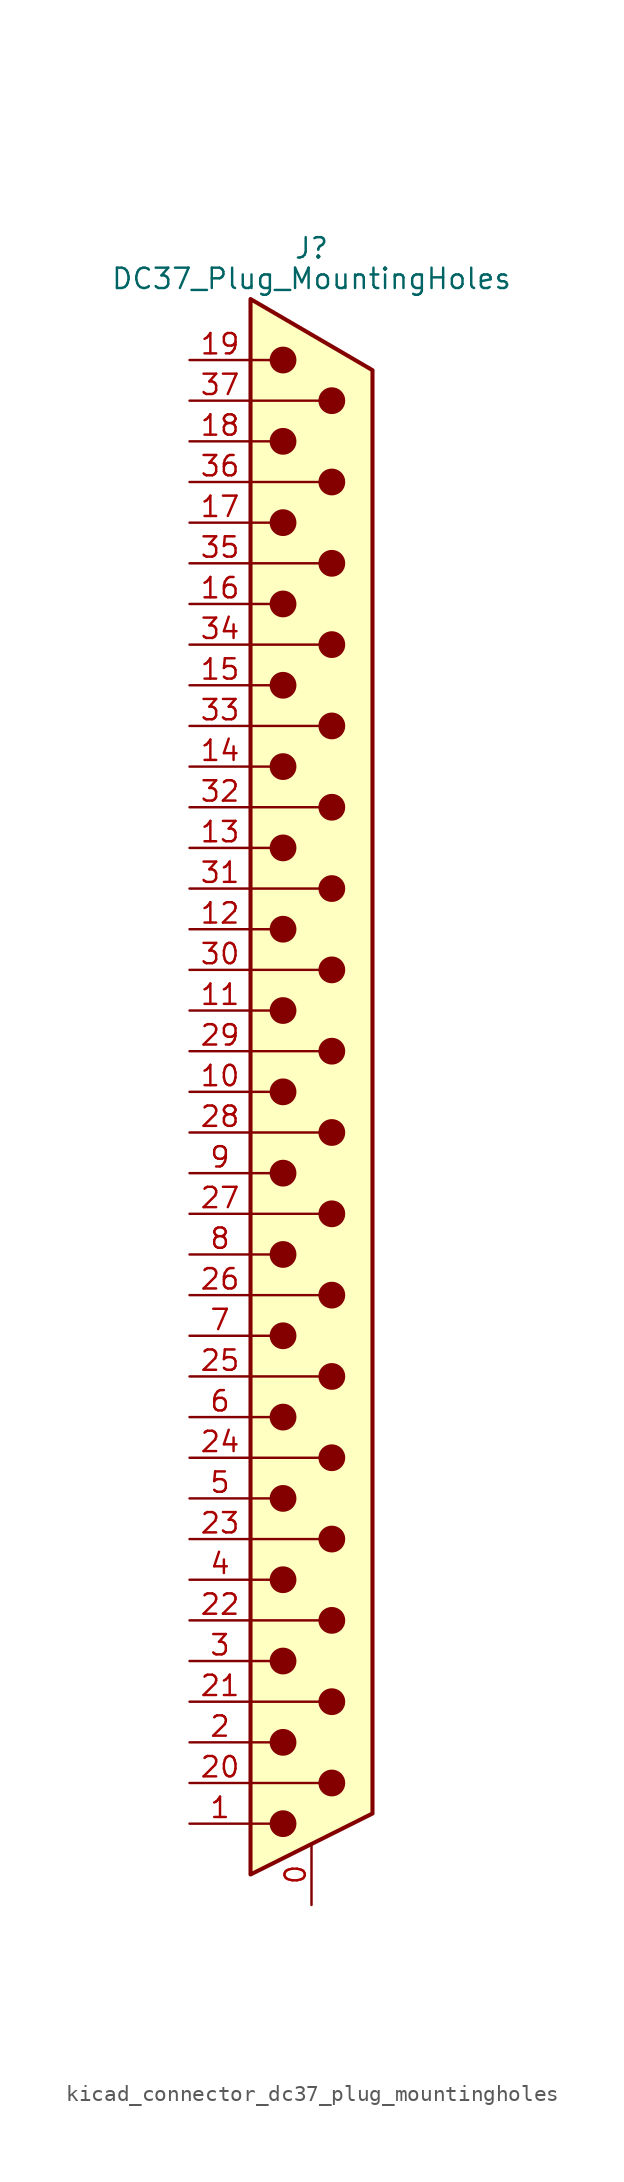
<source format=kicad_sym>
(kicad_symbol_lib
  (version 20220914)
  (generator kicad_symbol_editor)
  (symbol "kicad_connector_dc37_plug_mountingholes"
    (pin_names
      (offset 1.016) hide)
    (property "Reference" "J"
      (at 0 52.705 0)
      (effects (font (size 1.27 1.27))))
    (property "Value" "DC37_Plug_MountingHoles"
      (at 0 50.8 0)
      (effects (font (size 1.27 1.27))))
    (symbol "kicad_connector_dc37_plug_mountingholes_0_1"
      (circle (center -1.778 -45.72) (radius 0.762) (stroke (width 0) (type default)) (fill (type outline)))
      (circle (center -1.778 -40.64) (radius 0.762) (stroke (width 0) (type default)) (fill (type outline)))
      (circle (center -1.778 -35.56) (radius 0.762) (stroke (width 0) (type default)) (fill (type outline)))
      (circle (center -1.778 -30.48) (radius 0.762) (stroke (width 0) (type default)) (fill (type outline)))
      (circle (center -1.778 -25.4) (radius 0.762) (stroke (width 0) (type default)) (fill (type outline)))
      (circle (center -1.778 -20.32) (radius 0.762) (stroke (width 0) (type default)) (fill (type outline)))
      (circle (center -1.778 -15.24) (radius 0.762) (stroke (width 0) (type default)) (fill (type outline)))
      (circle (center -1.778 -10.16) (radius 0.762) (stroke (width 0) (type default)) (fill (type outline)))
      (circle (center -1.778 -5.08) (radius 0.762) (stroke (width 0) (type default)) (fill (type outline)))
      (circle (center -1.778 0) (radius 0.762) (stroke (width 0) (type default)) (fill (type outline)))
      (circle (center -1.778 5.08) (radius 0.762) (stroke (width 0) (type default)) (fill (type outline)))
      (circle (center -1.778 10.16) (radius 0.762) (stroke (width 0) (type default)) (fill (type outline)))
      (circle (center -1.778 15.24) (radius 0.762) (stroke (width 0) (type default)) (fill (type outline)))
      (circle (center -1.778 20.32) (radius 0.762) (stroke (width 0) (type default)) (fill (type outline)))
      (circle (center -1.778 25.4) (radius 0.762) (stroke (width 0) (type default)) (fill (type outline)))
      (circle (center -1.778 30.48) (radius 0.762) (stroke (width 0) (type default)) (fill (type outline)))
      (circle (center -1.778 35.56) (radius 0.762) (stroke (width 0) (type default)) (fill (type outline)))
      (circle (center -1.778 40.64) (radius 0.762) (stroke (width 0) (type default)) (fill (type outline)))
      (circle (center -1.778 45.72) (radius 0.762) (stroke (width 0) (type default)) (fill (type outline)))
      (polyline (pts (xy -3.81 -45.72) (xy -2.54 -45.72)) (stroke (width 0) (type default)) (fill (type none)))
      (polyline (pts (xy -3.81 -43.18) (xy 0.508 -43.18)) (stroke (width 0) (type default)) (fill (type none)))
      (polyline (pts (xy -3.81 -40.64) (xy -2.54 -40.64)) (stroke (width 0) (type default)) (fill (type none)))
      (polyline (pts (xy -3.81 -38.1) (xy 0.508 -38.1)) (stroke (width 0) (type default)) (fill (type none)))
      (polyline (pts (xy -3.81 -35.56) (xy -2.54 -35.56)) (stroke (width 0) (type default)) (fill (type none)))
      (polyline (pts (xy -3.81 -33.02) (xy 0.508 -33.02)) (stroke (width 0) (type default)) (fill (type none)))
      (polyline (pts (xy -3.81 -30.48) (xy -2.54 -30.48)) (stroke (width 0) (type default)) (fill (type none)))
      (polyline (pts (xy -3.81 -27.94) (xy 0.508 -27.94)) (stroke (width 0) (type default)) (fill (type none)))
      (polyline (pts (xy -3.81 -25.4) (xy -2.54 -25.4)) (stroke (width 0) (type default)) (fill (type none)))
      (polyline (pts (xy -3.81 -22.86) (xy 0.508 -22.86)) (stroke (width 0) (type default)) (fill (type none)))
      (polyline (pts (xy -3.81 -20.32) (xy -2.54 -20.32)) (stroke (width 0) (type default)) (fill (type none)))
      (polyline (pts (xy -3.81 -17.78) (xy 0.508 -17.78)) (stroke (width 0) (type default)) (fill (type none)))
      (polyline (pts (xy -3.81 -15.24) (xy -2.54 -15.24)) (stroke (width 0) (type default)) (fill (type none)))
      (polyline (pts (xy -3.81 -12.7) (xy 0.508 -12.7)) (stroke (width 0) (type default)) (fill (type none)))
      (polyline (pts (xy -3.81 -10.16) (xy -2.54 -10.16)) (stroke (width 0) (type default)) (fill (type none)))
      (polyline (pts (xy -3.81 -7.62) (xy 0.508 -7.62)) (stroke (width 0) (type default)) (fill (type none)))
      (polyline (pts (xy -3.81 -5.08) (xy -2.54 -5.08)) (stroke (width 0) (type default)) (fill (type none)))
      (polyline (pts (xy -3.81 -2.54) (xy 0.508 -2.54)) (stroke (width 0) (type default)) (fill (type none)))
      (polyline (pts (xy -3.81 0) (xy -2.54 0)) (stroke (width 0) (type default)) (fill (type none)))
      (polyline (pts (xy -3.81 2.54) (xy 0.508 2.54)) (stroke (width 0) (type default)) (fill (type none)))
      (polyline (pts (xy -3.81 5.08) (xy -2.54 5.08)) (stroke (width 0) (type default)) (fill (type none)))
      (polyline (pts (xy -3.81 7.62) (xy 0.508 7.62)) (stroke (width 0) (type default)) (fill (type none)))
      (polyline (pts (xy -3.81 10.16) (xy -2.54 10.16)) (stroke (width 0) (type default)) (fill (type none)))
      (polyline (pts (xy -3.81 12.7) (xy 0.508 12.7)) (stroke (width 0) (type default)) (fill (type none)))
      (polyline (pts (xy -3.81 15.24) (xy -2.54 15.24)) (stroke (width 0) (type default)) (fill (type none)))
      (polyline (pts (xy -3.81 17.78) (xy 0.508 17.78)) (stroke (width 0) (type default)) (fill (type none)))
      (polyline (pts (xy -3.81 20.32) (xy -2.54 20.32)) (stroke (width 0) (type default)) (fill (type none)))
      (polyline (pts (xy -3.81 22.86) (xy 0.508 22.86)) (stroke (width 0) (type default)) (fill (type none)))
      (polyline (pts (xy -3.81 25.4) (xy -2.54 25.4)) (stroke (width 0) (type default)) (fill (type none)))
      (polyline (pts (xy -3.81 27.94) (xy 0.508 27.94)) (stroke (width 0) (type default)) (fill (type none)))
      (polyline (pts (xy -3.81 30.48) (xy -2.54 30.48)) (stroke (width 0) (type default)) (fill (type none)))
      (polyline (pts (xy -3.81 33.02) (xy 0.508 33.02)) (stroke (width 0) (type default)) (fill (type none)))
      (polyline (pts (xy -3.81 35.56) (xy -2.54 35.56)) (stroke (width 0) (type default)) (fill (type none)))
      (polyline (pts (xy -3.81 38.1) (xy 0.508 38.1)) (stroke (width 0) (type default)) (fill (type none)))
      (polyline (pts (xy -3.81 40.64) (xy -2.54 40.64)) (stroke (width 0) (type default)) (fill (type none)))
      (polyline (pts (xy -3.81 43.18) (xy 0.508 43.18)) (stroke (width 0) (type default)) (fill (type none)))
      (polyline (pts (xy -3.81 45.72) (xy -2.54 45.72)) (stroke (width 0) (type default)) (fill (type none)))
      (polyline (pts (xy -3.81 49.53) (xy 3.81 45.085) (xy 3.81 -45.085) (xy -3.81 -48.895) (xy -3.81 49.53)) (stroke (width 0.254) (type default)) (fill (type background)))
      (circle (center 1.27 -43.18) (radius 0.762) (stroke (width 0) (type default)) (fill (type outline)))
      (circle (center 1.27 -38.1) (radius 0.762) (stroke (width 0) (type default)) (fill (type outline)))
      (circle (center 1.27 -33.02) (radius 0.762) (stroke (width 0) (type default)) (fill (type outline)))
      (circle (center 1.27 -27.94) (radius 0.762) (stroke (width 0) (type default)) (fill (type outline)))
      (circle (center 1.27 -22.86) (radius 0.762) (stroke (width 0) (type default)) (fill (type outline)))
      (circle (center 1.27 -17.78) (radius 0.762) (stroke (width 0) (type default)) (fill (type outline)))
      (circle (center 1.27 -12.7) (radius 0.762) (stroke (width 0) (type default)) (fill (type outline)))
      (circle (center 1.27 -7.62) (radius 0.762) (stroke (width 0) (type default)) (fill (type outline)))
      (circle (center 1.27 -2.54) (radius 0.762) (stroke (width 0) (type default)) (fill (type outline)))
      (circle (center 1.27 2.54) (radius 0.762) (stroke (width 0) (type default)) (fill (type outline)))
      (circle (center 1.27 7.62) (radius 0.762) (stroke (width 0) (type default)) (fill (type outline)))
      (circle (center 1.27 12.7) (radius 0.762) (stroke (width 0) (type default)) (fill (type outline)))
      (circle (center 1.27 17.78) (radius 0.762) (stroke (width 0) (type default)) (fill (type outline)))
      (circle (center 1.27 22.86) (radius 0.762) (stroke (width 0) (type default)) (fill (type outline)))
      (circle (center 1.27 27.94) (radius 0.762) (stroke (width 0) (type default)) (fill (type outline)))
      (circle (center 1.27 33.02) (radius 0.762) (stroke (width 0) (type default)) (fill (type outline)))
      (circle (center 1.27 38.1) (radius 0.762) (stroke (width 0) (type default)) (fill (type outline)))
      (circle (center 1.27 43.18) (radius 0.762) (stroke (width 0) (type default)) (fill (type outline))))
    (symbol "kicad_connector_dc37_plug_mountingholes_1_1"
      (pin passive line (at 0 -50.8 90) (length 3.81) (name "PAD" (effects (font (size 1.27 1.27)))) (number "0" (effects (font (size 1.27 1.27)))))
      (pin passive line (at -7.62 -45.72 0) (length 3.81) (name "1" (effects (font (size 1.27 1.27)))) (number "1" (effects (font (size 1.27 1.27)))))
      (pin passive line (at -7.62 0 0) (length 3.81) (name "10" (effects (font (size 1.27 1.27)))) (number "10" (effects (font (size 1.27 1.27)))))
      (pin passive line (at -7.62 5.08 0) (length 3.81) (name "11" (effects (font (size 1.27 1.27)))) (number "11" (effects (font (size 1.27 1.27)))))
      (pin passive line (at -7.62 10.16 0) (length 3.81) (name "12" (effects (font (size 1.27 1.27)))) (number "12" (effects (font (size 1.27 1.27)))))
      (pin passive line (at -7.62 15.24 0) (length 3.81) (name "13" (effects (font (size 1.27 1.27)))) (number "13" (effects (font (size 1.27 1.27)))))
      (pin passive line (at -7.62 20.32 0) (length 3.81) (name "14" (effects (font (size 1.27 1.27)))) (number "14" (effects (font (size 1.27 1.27)))))
      (pin passive line (at -7.62 25.4 0) (length 3.81) (name "15" (effects (font (size 1.27 1.27)))) (number "15" (effects (font (size 1.27 1.27)))))
      (pin passive line (at -7.62 30.48 0) (length 3.81) (name "16" (effects (font (size 1.27 1.27)))) (number "16" (effects (font (size 1.27 1.27)))))
      (pin passive line (at -7.62 35.56 0) (length 3.81) (name "17" (effects (font (size 1.27 1.27)))) (number "17" (effects (font (size 1.27 1.27)))))
      (pin passive line (at -7.62 40.64 0) (length 3.81) (name "18" (effects (font (size 1.27 1.27)))) (number "18" (effects (font (size 1.27 1.27)))))
      (pin passive line (at -7.62 45.72 0) (length 3.81) (name "19" (effects (font (size 1.27 1.27)))) (number "19" (effects (font (size 1.27 1.27)))))
      (pin passive line (at -7.62 -40.64 0) (length 3.81) (name "2" (effects (font (size 1.27 1.27)))) (number "2" (effects (font (size 1.27 1.27)))))
      (pin passive line (at -7.62 -43.18 0) (length 3.81) (name "20" (effects (font (size 1.27 1.27)))) (number "20" (effects (font (size 1.27 1.27)))))
      (pin passive line (at -7.62 -38.1 0) (length 3.81) (name "21" (effects (font (size 1.27 1.27)))) (number "21" (effects (font (size 1.27 1.27)))))
      (pin passive line (at -7.62 -33.02 0) (length 3.81) (name "22" (effects (font (size 1.27 1.27)))) (number "22" (effects (font (size 1.27 1.27)))))
      (pin passive line (at -7.62 -27.94 0) (length 3.81) (name "23" (effects (font (size 1.27 1.27)))) (number "23" (effects (font (size 1.27 1.27)))))
      (pin passive line (at -7.62 -22.86 0) (length 3.81) (name "24" (effects (font (size 1.27 1.27)))) (number "24" (effects (font (size 1.27 1.27)))))
      (pin passive line (at -7.62 -17.78 0) (length 3.81) (name "25" (effects (font (size 1.27 1.27)))) (number "25" (effects (font (size 1.27 1.27)))))
      (pin passive line (at -7.62 -12.7 0) (length 3.81) (name "26" (effects (font (size 1.27 1.27)))) (number "26" (effects (font (size 1.27 1.27)))))
      (pin passive line (at -7.62 -7.62 0) (length 3.81) (name "27" (effects (font (size 1.27 1.27)))) (number "27" (effects (font (size 1.27 1.27)))))
      (pin passive line (at -7.62 -2.54 0) (length 3.81) (name "28" (effects (font (size 1.27 1.27)))) (number "28" (effects (font (size 1.27 1.27)))))
      (pin passive line (at -7.62 2.54 0) (length 3.81) (name "29" (effects (font (size 1.27 1.27)))) (number "29" (effects (font (size 1.27 1.27)))))
      (pin passive line (at -7.62 -35.56 0) (length 3.81) (name "3" (effects (font (size 1.27 1.27)))) (number "3" (effects (font (size 1.27 1.27)))))
      (pin passive line (at -7.62 7.62 0) (length 3.81) (name "30" (effects (font (size 1.27 1.27)))) (number "30" (effects (font (size 1.27 1.27)))))
      (pin passive line (at -7.62 12.7 0) (length 3.81) (name "31" (effects (font (size 1.27 1.27)))) (number "31" (effects (font (size 1.27 1.27)))))
      (pin passive line (at -7.62 17.78 0) (length 3.81) (name "32" (effects (font (size 1.27 1.27)))) (number "32" (effects (font (size 1.27 1.27)))))
      (pin passive line (at -7.62 22.86 0) (length 3.81) (name "33" (effects (font (size 1.27 1.27)))) (number "33" (effects (font (size 1.27 1.27)))))
      (pin passive line (at -7.62 27.94 0) (length 3.81) (name "34" (effects (font (size 1.27 1.27)))) (number "34" (effects (font (size 1.27 1.27)))))
      (pin passive line (at -7.62 33.02 0) (length 3.81) (name "35" (effects (font (size 1.27 1.27)))) (number "35" (effects (font (size 1.27 1.27)))))
      (pin passive line (at -7.62 38.1 0) (length 3.81) (name "36" (effects (font (size 1.27 1.27)))) (number "36" (effects (font (size 1.27 1.27)))))
      (pin passive line (at -7.62 43.18 0) (length 3.81) (name "37" (effects (font (size 1.27 1.27)))) (number "37" (effects (font (size 1.27 1.27)))))
      (pin passive line (at -7.62 -30.48 0) (length 3.81) (name "4" (effects (font (size 1.27 1.27)))) (number "4" (effects (font (size 1.27 1.27)))))
      (pin passive line (at -7.62 -25.4 0) (length 3.81) (name "5" (effects (font (size 1.27 1.27)))) (number "5" (effects (font (size 1.27 1.27)))))
      (pin passive line (at -7.62 -20.32 0) (length 3.81) (name "6" (effects (font (size 1.27 1.27)))) (number "6" (effects (font (size 1.27 1.27)))))
      (pin passive line (at -7.62 -15.24 0) (length 3.81) (name "7" (effects (font (size 1.27 1.27)))) (number "7" (effects (font (size 1.27 1.27)))))
      (pin passive line (at -7.62 -10.16 0) (length 3.81) (name "8" (effects (font (size 1.27 1.27)))) (number "8" (effects (font (size 1.27 1.27)))))
      (pin passive line (at -7.62 -5.08 0) (length 3.81) (name "9" (effects (font (size 1.27 1.27)))) (number "9" (effects (font (size 1.27 1.27))))))))
</source>
